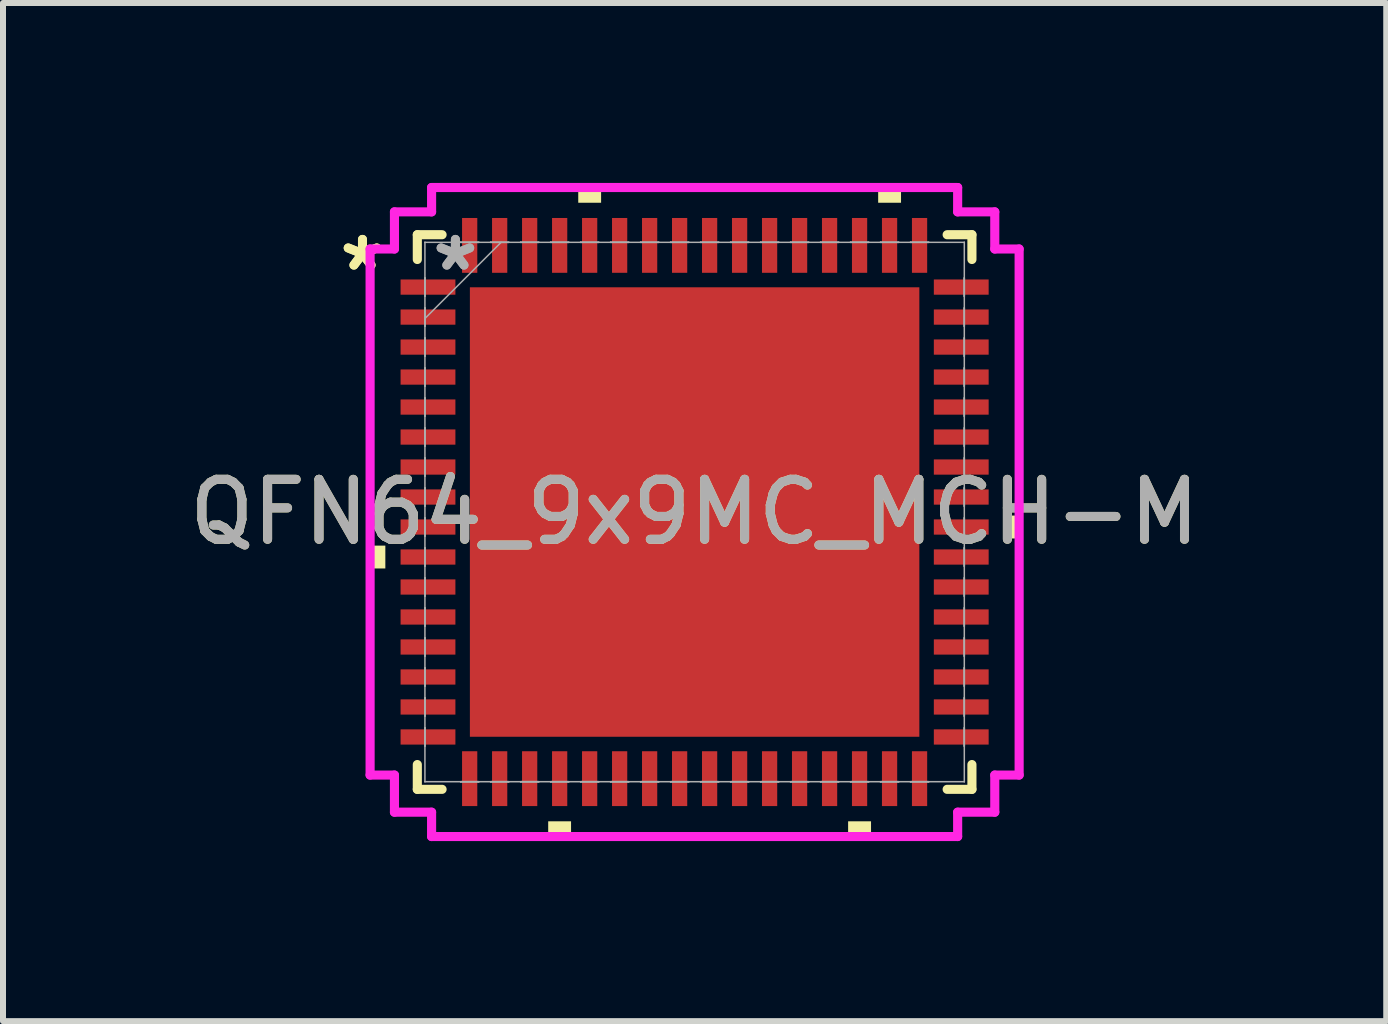
<source format=kicad_pcb>
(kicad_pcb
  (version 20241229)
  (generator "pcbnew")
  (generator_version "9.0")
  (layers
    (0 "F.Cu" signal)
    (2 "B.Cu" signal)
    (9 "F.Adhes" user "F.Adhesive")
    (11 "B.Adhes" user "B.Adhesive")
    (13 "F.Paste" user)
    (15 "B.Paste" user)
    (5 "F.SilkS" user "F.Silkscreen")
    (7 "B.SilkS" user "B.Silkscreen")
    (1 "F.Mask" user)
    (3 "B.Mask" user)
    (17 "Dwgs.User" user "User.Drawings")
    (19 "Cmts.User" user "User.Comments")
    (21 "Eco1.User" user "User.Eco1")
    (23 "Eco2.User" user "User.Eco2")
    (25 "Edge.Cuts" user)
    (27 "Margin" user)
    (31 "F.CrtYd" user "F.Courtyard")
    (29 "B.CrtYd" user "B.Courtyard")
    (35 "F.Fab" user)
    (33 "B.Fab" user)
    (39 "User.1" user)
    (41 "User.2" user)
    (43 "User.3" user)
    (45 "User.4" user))
  (footprint "QFN64_9x9MC_MCH-M"
    (layer "F.Cu")
    (at 8.53 5.486)
    (property "Reference" "QFN64_9x9MC_MCH-M" (at 0 0 0) (unlocked yes) (layer "F.SilkS") (effects (font (size 1 1) (thickness 0.15))))
    (attr smd)
    (fp_line (start -4.623 -4.623) (end -4.623 -4.21) (stroke (width 0.152) (type solid)) (layer "F.SilkS"))
    (fp_line (start -4.623 4.21) (end -4.623 4.623) (stroke (width 0.152) (type solid)) (layer "F.SilkS"))
    (fp_line (start -4.623 4.623) (end -4.21 4.623) (stroke (width 0.152) (type solid)) (layer "F.SilkS"))
    (fp_line (start -4.21 -4.623) (end -4.623 -4.623) (stroke (width 0.152) (type solid)) (layer "F.SilkS"))
    (fp_line (start 4.21 4.623) (end 4.623 4.623) (stroke (width 0.152) (type solid)) (layer "F.SilkS"))
    (fp_line (start 4.623 -4.623) (end 4.21 -4.623) (stroke (width 0.152) (type solid)) (layer "F.SilkS"))
    (fp_line (start 4.623 -4.21) (end 4.623 -4.623) (stroke (width 0.152) (type solid)) (layer "F.SilkS"))
    (fp_line (start 4.623 4.623) (end 4.623 4.21) (stroke (width 0.152) (type solid)) (layer "F.SilkS"))
    (fp_poly (pts (xy -5.41 0.56) (xy -5.41 0.941) (xy -5.156 0.941) (xy -5.156 0.56)) (stroke (width 0) (type solid)) (fill yes) (layer "F.SilkS"))
    (fp_poly (pts (xy -2.441 5.156) (xy -2.441 5.41) (xy -2.06 5.41) (xy -2.06 5.156)) (stroke (width 0) (type solid)) (fill yes) (layer "F.SilkS"))
    (fp_poly (pts (xy -1.94 -5.156) (xy -1.94 -5.41) (xy -1.559 -5.41) (xy -1.559 -5.156)) (stroke (width 0) (type solid)) (fill yes) (layer "F.SilkS"))
    (fp_poly (pts (xy 2.559 5.156) (xy 2.559 5.41) (xy 2.941 5.41) (xy 2.941 5.156)) (stroke (width 0) (type solid)) (fill yes) (layer "F.SilkS"))
    (fp_poly (pts (xy 3.06 -5.156) (xy 3.06 -5.41) (xy 3.441 -5.41) (xy 3.441 -5.156)) (stroke (width 0) (type solid)) (fill yes) (layer "F.SilkS"))
    (fp_poly (pts (xy 5.41 0.059) (xy 5.41 0.441) (xy 5.156 0.441) (xy 5.156 0.059)) (stroke (width 0) (type solid)) (fill yes) (layer "F.SilkS"))
    (fp_poly (pts (xy -3.647 -3.647) (xy -3.647 -2.348) (xy -2.348 -2.348) (xy -2.348 -3.647)) (stroke (width 0) (type solid)) (fill yes) (layer "F.Paste"))
    (fp_poly (pts (xy -3.647 -2.148) (xy -3.647 -0.849) (xy -2.348 -0.849) (xy -2.348 -2.148)) (stroke (width 0) (type solid)) (fill yes) (layer "F.Paste"))
    (fp_poly (pts (xy -3.647 -0.649) (xy -3.647 0.649) (xy -2.348 0.649) (xy -2.348 -0.649)) (stroke (width 0) (type solid)) (fill yes) (layer "F.Paste"))
    (fp_poly (pts (xy -3.647 0.849) (xy -3.647 2.148) (xy -2.348 2.148) (xy -2.348 0.849)) (stroke (width 0) (type solid)) (fill yes) (layer "F.Paste"))
    (fp_poly (pts (xy -3.647 2.348) (xy -3.647 3.647) (xy -2.348 3.647) (xy -2.348 2.348)) (stroke (width 0) (type solid)) (fill yes) (layer "F.Paste"))
    (fp_poly (pts (xy -2.148 -3.647) (xy -2.148 -2.348) (xy -0.849 -2.348) (xy -0.849 -3.647)) (stroke (width 0) (type solid)) (fill yes) (layer "F.Paste"))
    (fp_poly (pts (xy -2.148 -2.148) (xy -2.148 -0.849) (xy -0.849 -0.849) (xy -0.849 -2.148)) (stroke (width 0) (type solid)) (fill yes) (layer "F.Paste"))
    (fp_poly (pts (xy -2.148 -0.649) (xy -2.148 0.649) (xy -0.849 0.649) (xy -0.849 -0.649)) (stroke (width 0) (type solid)) (fill yes) (layer "F.Paste"))
    (fp_poly (pts (xy -2.148 0.849) (xy -2.148 2.148) (xy -0.849 2.148) (xy -0.849 0.849)) (stroke (width 0) (type solid)) (fill yes) (layer "F.Paste"))
    (fp_poly (pts (xy -2.148 2.348) (xy -2.148 3.647) (xy -0.849 3.647) (xy -0.849 2.348)) (stroke (width 0) (type solid)) (fill yes) (layer "F.Paste"))
    (fp_poly (pts (xy -0.649 -3.647) (xy -0.649 -2.348) (xy 0.649 -2.348) (xy 0.649 -3.647)) (stroke (width 0) (type solid)) (fill yes) (layer "F.Paste"))
    (fp_poly (pts (xy -0.649 -2.148) (xy -0.649 -0.849) (xy 0.649 -0.849) (xy 0.649 -2.148)) (stroke (width 0) (type solid)) (fill yes) (layer "F.Paste"))
    (fp_poly (pts (xy -0.649 -0.649) (xy -0.649 0.649) (xy 0.649 0.649) (xy 0.649 -0.649)) (stroke (width 0) (type solid)) (fill yes) (layer "F.Paste"))
    (fp_poly (pts (xy -0.649 0.849) (xy -0.649 2.148) (xy 0.649 2.148) (xy 0.649 0.849)) (stroke (width 0) (type solid)) (fill yes) (layer "F.Paste"))
    (fp_poly (pts (xy -0.649 2.348) (xy -0.649 3.647) (xy 0.649 3.647) (xy 0.649 2.348)) (stroke (width 0) (type solid)) (fill yes) (layer "F.Paste"))
    (fp_poly (pts (xy 0.849 -3.647) (xy 0.849 -2.348) (xy 2.148 -2.348) (xy 2.148 -3.647)) (stroke (width 0) (type solid)) (fill yes) (layer "F.Paste"))
    (fp_poly (pts (xy 0.849 -2.148) (xy 0.849 -0.849) (xy 2.148 -0.849) (xy 2.148 -2.148)) (stroke (width 0) (type solid)) (fill yes) (layer "F.Paste"))
    (fp_poly (pts (xy 0.849 -0.649) (xy 0.849 0.649) (xy 2.148 0.649) (xy 2.148 -0.649)) (stroke (width 0) (type solid)) (fill yes) (layer "F.Paste"))
    (fp_poly (pts (xy 0.849 0.849) (xy 0.849 2.148) (xy 2.148 2.148) (xy 2.148 0.849)) (stroke (width 0) (type solid)) (fill yes) (layer "F.Paste"))
    (fp_poly (pts (xy 0.849 2.348) (xy 0.849 3.647) (xy 2.148 3.647) (xy 2.148 2.348)) (stroke (width 0) (type solid)) (fill yes) (layer "F.Paste"))
    (fp_poly (pts (xy 2.348 -3.647) (xy 2.348 -2.348) (xy 3.647 -2.348) (xy 3.647 -3.647)) (stroke (width 0) (type solid)) (fill yes) (layer "F.Paste"))
    (fp_poly (pts (xy 2.348 -2.148) (xy 2.348 -0.849) (xy 3.647 -0.849) (xy 3.647 -2.148)) (stroke (width 0) (type solid)) (fill yes) (layer "F.Paste"))
    (fp_poly (pts (xy 2.348 -0.649) (xy 2.348 0.649) (xy 3.647 0.649) (xy 3.647 -0.649)) (stroke (width 0) (type solid)) (fill yes) (layer "F.Paste"))
    (fp_poly (pts (xy 2.348 0.849) (xy 2.348 2.148) (xy 3.647 2.148) (xy 3.647 0.849)) (stroke (width 0) (type solid)) (fill yes) (layer "F.Paste"))
    (fp_poly (pts (xy 2.348 2.348) (xy 2.348 3.647) (xy 3.647 3.647) (xy 3.647 2.348)) (stroke (width 0) (type solid)) (fill yes) (layer "F.Paste"))
    (fp_line (start -5.41 -4.385) (end -5.004 -4.385) (stroke (width 0.152) (type solid)) (layer "F.CrtYd"))
    (fp_line (start -5.41 4.385) (end -5.41 -4.385) (stroke (width 0.152) (type solid)) (layer "F.CrtYd"))
    (fp_line (start -5.004 -5.004) (end -4.385 -5.004) (stroke (width 0.152) (type solid)) (layer "F.CrtYd"))
    (fp_line (start -5.004 -4.385) (end -5.004 -5.004) (stroke (width 0.152) (type solid)) (layer "F.CrtYd"))
    (fp_line (start -5.004 4.385) (end -5.41 4.385) (stroke (width 0.152) (type solid)) (layer "F.CrtYd"))
    (fp_line (start -5.004 5.004) (end -5.004 4.385) (stroke (width 0.152) (type solid)) (layer "F.CrtYd"))
    (fp_line (start -4.385 -5.41) (end 4.385 -5.41) (stroke (width 0.152) (type solid)) (layer "F.CrtYd"))
    (fp_line (start -4.385 -5.004) (end -4.385 -5.41) (stroke (width 0.152) (type solid)) (layer "F.CrtYd"))
    (fp_line (start -4.385 5.004) (end -5.004 5.004) (stroke (width 0.152) (type solid)) (layer "F.CrtYd"))
    (fp_line (start -4.385 5.41) (end -4.385 5.004) (stroke (width 0.152) (type solid)) (layer "F.CrtYd"))
    (fp_line (start 4.385 -5.41) (end 4.385 -5.004) (stroke (width 0.152) (type solid)) (layer "F.CrtYd"))
    (fp_line (start 4.385 -5.004) (end 5.004 -5.004) (stroke (width 0.152) (type solid)) (layer "F.CrtYd"))
    (fp_line (start 4.385 5.004) (end 4.385 5.41) (stroke (width 0.152) (type solid)) (layer "F.CrtYd"))
    (fp_line (start 4.385 5.41) (end -4.385 5.41) (stroke (width 0.152) (type solid)) (layer "F.CrtYd"))
    (fp_line (start 5.004 -5.004) (end 5.004 -4.385) (stroke (width 0.152) (type solid)) (layer "F.CrtYd"))
    (fp_line (start 5.004 -4.385) (end 5.41 -4.385) (stroke (width 0.152) (type solid)) (layer "F.CrtYd"))
    (fp_line (start 5.004 4.385) (end 5.004 5.004) (stroke (width 0.152) (type solid)) (layer "F.CrtYd"))
    (fp_line (start 5.004 5.004) (end 4.385 5.004) (stroke (width 0.152) (type solid)) (layer "F.CrtYd"))
    (fp_line (start 5.41 -4.385) (end 5.41 4.385) (stroke (width 0.152) (type solid)) (layer "F.CrtYd"))
    (fp_line (start 5.41 4.385) (end 5.004 4.385) (stroke (width 0.152) (type solid)) (layer "F.CrtYd"))
    (fp_line (start -4.496 -4.496) (end -4.496 -4.496) (stroke (width 0.025) (type solid)) (layer "F.Fab"))
    (fp_line (start -4.496 -4.496) (end -4.496 4.496) (stroke (width 0.025) (type solid)) (layer "F.Fab"))
    (fp_line (start -4.496 -3.902) (end -4.496 -3.902) (stroke (width 0.025) (type solid)) (layer "F.Fab"))
    (fp_line (start -4.496 -3.902) (end -4.496 -3.598) (stroke (width 0.025) (type solid)) (layer "F.Fab"))
    (fp_line (start -4.496 -3.598) (end -4.496 -3.902) (stroke (width 0.025) (type solid)) (layer "F.Fab"))
    (fp_line (start -4.496 -3.598) (end -4.496 -3.598) (stroke (width 0.025) (type solid)) (layer "F.Fab"))
    (fp_line (start -4.496 -3.402) (end -4.496 -3.402) (stroke (width 0.025) (type solid)) (layer "F.Fab"))
    (fp_line (start -4.496 -3.402) (end -4.496 -3.098) (stroke (width 0.025) (type solid)) (layer "F.Fab"))
    (fp_line (start -4.496 -3.226) (end -3.226 -4.496) (stroke (width 0.025) (type solid)) (layer "F.Fab"))
    (fp_line (start -4.496 -3.098) (end -4.496 -3.402) (stroke (width 0.025) (type solid)) (layer "F.Fab"))
    (fp_line (start -4.496 -3.098) (end -4.496 -3.098) (stroke (width 0.025) (type solid)) (layer "F.Fab"))
    (fp_line (start -4.496 -2.902) (end -4.496 -2.902) (stroke (width 0.025) (type solid)) (layer "F.Fab"))
    (fp_line (start -4.496 -2.902) (end -4.496 -2.598) (stroke (width 0.025) (type solid)) (layer "F.Fab"))
    (fp_line (start -4.496 -2.598) (end -4.496 -2.902) (stroke (width 0.025) (type solid)) (layer "F.Fab"))
    (fp_line (start -4.496 -2.598) (end -4.496 -2.598) (stroke (width 0.025) (type solid)) (layer "F.Fab"))
    (fp_line (start -4.496 -2.402) (end -4.496 -2.402) (stroke (width 0.025) (type solid)) (layer "F.Fab"))
    (fp_line (start -4.496 -2.402) (end -4.496 -2.098) (stroke (width 0.025) (type solid)) (layer "F.Fab"))
    (fp_line (start -4.496 -2.098) (end -4.496 -2.402) (stroke (width 0.025) (type solid)) (layer "F.Fab"))
    (fp_line (start -4.496 -2.098) (end -4.496 -2.098) (stroke (width 0.025) (type solid)) (layer "F.Fab"))
    (fp_line (start -4.496 -1.902) (end -4.496 -1.902) (stroke (width 0.025) (type solid)) (layer "F.Fab"))
    (fp_line (start -4.496 -1.902) (end -4.496 -1.598) (stroke (width 0.025) (type solid)) (layer "F.Fab"))
    (fp_line (start -4.496 -1.598) (end -4.496 -1.902) (stroke (width 0.025) (type solid)) (layer "F.Fab"))
    (fp_line (start -4.496 -1.598) (end -4.496 -1.598) (stroke (width 0.025) (type solid)) (layer "F.Fab"))
    (fp_line (start -4.496 -1.402) (end -4.496 -1.402) (stroke (width 0.025) (type solid)) (layer "F.Fab"))
    (fp_line (start -4.496 -1.402) (end -4.496 -1.098) (stroke (width 0.025) (type solid)) (layer "F.Fab"))
    (fp_line (start -4.496 -1.098) (end -4.496 -1.402) (stroke (width 0.025) (type solid)) (layer "F.Fab"))
    (fp_line (start -4.496 -1.098) (end -4.496 -1.098) (stroke (width 0.025) (type solid)) (layer "F.Fab"))
    (fp_line (start -4.496 -0.902) (end -4.496 -0.902) (stroke (width 0.025) (type solid)) (layer "F.Fab"))
    (fp_line (start -4.496 -0.902) (end -4.496 -0.598) (stroke (width 0.025) (type solid)) (layer "F.Fab"))
    (fp_line (start -4.496 -0.598) (end -4.496 -0.902) (stroke (width 0.025) (type solid)) (layer "F.Fab"))
    (fp_line (start -4.496 -0.598) (end -4.496 -0.598) (stroke (width 0.025) (type solid)) (layer "F.Fab"))
    (fp_line (start -4.496 -0.402) (end -4.496 -0.402) (stroke (width 0.025) (type solid)) (layer "F.Fab"))
    (fp_line (start -4.496 -0.402) (end -4.496 -0.098) (stroke (width 0.025) (type solid)) (layer "F.Fab"))
    (fp_line (start -4.496 -0.098) (end -4.496 -0.402) (stroke (width 0.025) (type solid)) (layer "F.Fab"))
    (fp_line (start -4.496 -0.098) (end -4.496 -0.098) (stroke (width 0.025) (type solid)) (layer "F.Fab"))
    (fp_line (start -4.496 0.098) (end -4.496 0.098) (stroke (width 0.025) (type solid)) (layer "F.Fab"))
    (fp_line (start -4.496 0.098) (end -4.496 0.402) (stroke (width 0.025) (type solid)) (layer "F.Fab"))
    (fp_line (start -4.496 0.402) (end -4.496 0.098) (stroke (width 0.025) (type solid)) (layer "F.Fab"))
    (fp_line (start -4.496 0.402) (end -4.496 0.402) (stroke (width 0.025) (type solid)) (layer "F.Fab"))
    (fp_line (start -4.496 0.598) (end -4.496 0.598) (stroke (width 0.025) (type solid)) (layer "F.Fab"))
    (fp_line (start -4.496 0.598) (end -4.496 0.902) (stroke (width 0.025) (type solid)) (layer "F.Fab"))
    (fp_line (start -4.496 0.902) (end -4.496 0.598) (stroke (width 0.025) (type solid)) (layer "F.Fab"))
    (fp_line (start -4.496 0.902) (end -4.496 0.902) (stroke (width 0.025) (type solid)) (layer "F.Fab"))
    (fp_line (start -4.496 1.098) (end -4.496 1.098) (stroke (width 0.025) (type solid)) (layer "F.Fab"))
    (fp_line (start -4.496 1.098) (end -4.496 1.402) (stroke (width 0.025) (type solid)) (layer "F.Fab"))
    (fp_line (start -4.496 1.402) (end -4.496 1.098) (stroke (width 0.025) (type solid)) (layer "F.Fab"))
    (fp_line (start -4.496 1.402) (end -4.496 1.402) (stroke (width 0.025) (type solid)) (layer "F.Fab"))
    (fp_line (start -4.496 1.598) (end -4.496 1.598) (stroke (width 0.025) (type solid)) (layer "F.Fab"))
    (fp_line (start -4.496 1.598) (end -4.496 1.902) (stroke (width 0.025) (type solid)) (layer "F.Fab"))
    (fp_line (start -4.496 1.902) (end -4.496 1.598) (stroke (width 0.025) (type solid)) (layer "F.Fab"))
    (fp_line (start -4.496 1.902) (end -4.496 1.902) (stroke (width 0.025) (type solid)) (layer "F.Fab"))
    (fp_line (start -4.496 2.098) (end -4.496 2.098) (stroke (width 0.025) (type solid)) (layer "F.Fab"))
    (fp_line (start -4.496 2.098) (end -4.496 2.402) (stroke (width 0.025) (type solid)) (layer "F.Fab"))
    (fp_line (start -4.496 2.402) (end -4.496 2.098) (stroke (width 0.025) (type solid)) (layer "F.Fab"))
    (fp_line (start -4.496 2.402) (end -4.496 2.402) (stroke (width 0.025) (type solid)) (layer "F.Fab"))
    (fp_line (start -4.496 2.598) (end -4.496 2.598) (stroke (width 0.025) (type solid)) (layer "F.Fab"))
    (fp_line (start -4.496 2.598) (end -4.496 2.902) (stroke (width 0.025) (type solid)) (layer "F.Fab"))
    (fp_line (start -4.496 2.902) (end -4.496 2.598) (stroke (width 0.025) (type solid)) (layer "F.Fab"))
    (fp_line (start -4.496 2.902) (end -4.496 2.902) (stroke (width 0.025) (type solid)) (layer "F.Fab"))
    (fp_line (start -4.496 3.098) (end -4.496 3.098) (stroke (width 0.025) (type solid)) (layer "F.Fab"))
    (fp_line (start -4.496 3.098) (end -4.496 3.402) (stroke (width 0.025) (type solid)) (layer "F.Fab"))
    (fp_line (start -4.496 3.402) (end -4.496 3.098) (stroke (width 0.025) (type solid)) (layer "F.Fab"))
    (fp_line (start -4.496 3.402) (end -4.496 3.402) (stroke (width 0.025) (type solid)) (layer "F.Fab"))
    (fp_line (start -4.496 3.598) (end -4.496 3.598) (stroke (width 0.025) (type solid)) (layer "F.Fab"))
    (fp_line (start -4.496 3.598) (end -4.496 3.902) (stroke (width 0.025) (type solid)) (layer "F.Fab"))
    (fp_line (start -4.496 3.902) (end -4.496 3.598) (stroke (width 0.025) (type solid)) (layer "F.Fab"))
    (fp_line (start -4.496 3.902) (end -4.496 3.902) (stroke (width 0.025) (type solid)) (layer "F.Fab"))
    (fp_line (start -4.496 4.496) (end -4.496 4.496) (stroke (width 0.025) (type solid)) (layer "F.Fab"))
    (fp_line (start -4.496 4.496) (end 4.496 4.496) (stroke (width 0.025) (type solid)) (layer "F.Fab"))
    (fp_line (start -3.902 -4.496) (end -3.902 -4.496) (stroke (width 0.025) (type solid)) (layer "F.Fab"))
    (fp_line (start -3.902 -4.496) (end -3.598 -4.496) (stroke (width 0.025) (type solid)) (layer "F.Fab"))
    (fp_line (start -3.902 4.496) (end -3.902 4.496) (stroke (width 0.025) (type solid)) (layer "F.Fab"))
    (fp_line (start -3.902 4.496) (end -3.598 4.496) (stroke (width 0.025) (type solid)) (layer "F.Fab"))
    (fp_line (start -3.598 -4.496) (end -3.902 -4.496) (stroke (width 0.025) (type solid)) (layer "F.Fab"))
    (fp_line (start -3.598 -4.496) (end -3.598 -4.496) (stroke (width 0.025) (type solid)) (layer "F.Fab"))
    (fp_line (start -3.598 4.496) (end -3.902 4.496) (stroke (width 0.025) (type solid)) (layer "F.Fab"))
    (fp_line (start -3.598 4.496) (end -3.598 4.496) (stroke (width 0.025) (type solid)) (layer "F.Fab"))
    (fp_line (start -3.402 -4.496) (end -3.402 -4.496) (stroke (width 0.025) (type solid)) (layer "F.Fab"))
    (fp_line (start -3.402 -4.496) (end -3.098 -4.496) (stroke (width 0.025) (type solid)) (layer "F.Fab"))
    (fp_line (start -3.402 4.496) (end -3.402 4.496) (stroke (width 0.025) (type solid)) (layer "F.Fab"))
    (fp_line (start -3.402 4.496) (end -3.098 4.496) (stroke (width 0.025) (type solid)) (layer "F.Fab"))
    (fp_line (start -3.098 -4.496) (end -3.402 -4.496) (stroke (width 0.025) (type solid)) (layer "F.Fab"))
    (fp_line (start -3.098 -4.496) (end -3.098 -4.496) (stroke (width 0.025) (type solid)) (layer "F.Fab"))
    (fp_line (start -3.098 4.496) (end -3.402 4.496) (stroke (width 0.025) (type solid)) (layer "F.Fab"))
    (fp_line (start -3.098 4.496) (end -3.098 4.496) (stroke (width 0.025) (type solid)) (layer "F.Fab"))
    (fp_line (start -2.902 -4.496) (end -2.902 -4.496) (stroke (width 0.025) (type solid)) (layer "F.Fab"))
    (fp_line (start -2.902 -4.496) (end -2.598 -4.496) (stroke (width 0.025) (type solid)) (layer "F.Fab"))
    (fp_line (start -2.902 4.496) (end -2.902 4.496) (stroke (width 0.025) (type solid)) (layer "F.Fab"))
    (fp_line (start -2.902 4.496) (end -2.598 4.496) (stroke (width 0.025) (type solid)) (layer "F.Fab"))
    (fp_line (start -2.598 -4.496) (end -2.902 -4.496) (stroke (width 0.025) (type solid)) (layer "F.Fab"))
    (fp_line (start -2.598 -4.496) (end -2.598 -4.496) (stroke (width 0.025) (type solid)) (layer "F.Fab"))
    (fp_line (start -2.598 4.496) (end -2.902 4.496) (stroke (width 0.025) (type solid)) (layer "F.Fab"))
    (fp_line (start -2.598 4.496) (end -2.598 4.496) (stroke (width 0.025) (type solid)) (layer "F.Fab"))
    (fp_line (start -2.402 -4.496) (end -2.402 -4.496) (stroke (width 0.025) (type solid)) (layer "F.Fab"))
    (fp_line (start -2.402 -4.496) (end -2.098 -4.496) (stroke (width 0.025) (type solid)) (layer "F.Fab"))
    (fp_line (start -2.402 4.496) (end -2.402 4.496) (stroke (width 0.025) (type solid)) (layer "F.Fab"))
    (fp_line (start -2.402 4.496) (end -2.098 4.496) (stroke (width 0.025) (type solid)) (layer "F.Fab"))
    (fp_line (start -2.098 -4.496) (end -2.402 -4.496) (stroke (width 0.025) (type solid)) (layer "F.Fab"))
    (fp_line (start -2.098 -4.496) (end -2.098 -4.496) (stroke (width 0.025) (type solid)) (layer "F.Fab"))
    (fp_line (start -2.098 4.496) (end -2.402 4.496) (stroke (width 0.025) (type solid)) (layer "F.Fab"))
    (fp_line (start -2.098 4.496) (end -2.098 4.496) (stroke (width 0.025) (type solid)) (layer "F.Fab"))
    (fp_line (start -1.902 -4.496) (end -1.902 -4.496) (stroke (width 0.025) (type solid)) (layer "F.Fab"))
    (fp_line (start -1.902 -4.496) (end -1.598 -4.496) (stroke (width 0.025) (type solid)) (layer "F.Fab"))
    (fp_line (start -1.902 4.496) (end -1.902 4.496) (stroke (width 0.025) (type solid)) (layer "F.Fab"))
    (fp_line (start -1.902 4.496) (end -1.598 4.496) (stroke (width 0.025) (type solid)) (layer "F.Fab"))
    (fp_line (start -1.598 -4.496) (end -1.902 -4.496) (stroke (width 0.025) (type solid)) (layer "F.Fab"))
    (fp_line (start -1.598 -4.496) (end -1.598 -4.496) (stroke (width 0.025) (type solid)) (layer "F.Fab"))
    (fp_line (start -1.598 4.496) (end -1.902 4.496) (stroke (width 0.025) (type solid)) (layer "F.Fab"))
    (fp_line (start -1.598 4.496) (end -1.598 4.496) (stroke (width 0.025) (type solid)) (layer "F.Fab"))
    (fp_line (start -1.402 -4.496) (end -1.402 -4.496) (stroke (width 0.025) (type solid)) (layer "F.Fab"))
    (fp_line (start -1.402 -4.496) (end -1.098 -4.496) (stroke (width 0.025) (type solid)) (layer "F.Fab"))
    (fp_line (start -1.402 4.496) (end -1.402 4.496) (stroke (width 0.025) (type solid)) (layer "F.Fab"))
    (fp_line (start -1.402 4.496) (end -1.098 4.496) (stroke (width 0.025) (type solid)) (layer "F.Fab"))
    (fp_line (start -1.098 -4.496) (end -1.402 -4.496) (stroke (width 0.025) (type solid)) (layer "F.Fab"))
    (fp_line (start -1.098 -4.496) (end -1.098 -4.496) (stroke (width 0.025) (type solid)) (layer "F.Fab"))
    (fp_line (start -1.098 4.496) (end -1.402 4.496) (stroke (width 0.025) (type solid)) (layer "F.Fab"))
    (fp_line (start -1.098 4.496) (end -1.098 4.496) (stroke (width 0.025) (type solid)) (layer "F.Fab"))
    (fp_line (start -0.902 -4.496) (end -0.902 -4.496) (stroke (width 0.025) (type solid)) (layer "F.Fab"))
    (fp_line (start -0.902 -4.496) (end -0.598 -4.496) (stroke (width 0.025) (type solid)) (layer "F.Fab"))
    (fp_line (start -0.902 4.496) (end -0.902 4.496) (stroke (width 0.025) (type solid)) (layer "F.Fab"))
    (fp_line (start -0.902 4.496) (end -0.598 4.496) (stroke (width 0.025) (type solid)) (layer "F.Fab"))
    (fp_line (start -0.598 -4.496) (end -0.902 -4.496) (stroke (width 0.025) (type solid)) (layer "F.Fab"))
    (fp_line (start -0.598 -4.496) (end -0.598 -4.496) (stroke (width 0.025) (type solid)) (layer "F.Fab"))
    (fp_line (start -0.598 4.496) (end -0.902 4.496) (stroke (width 0.025) (type solid)) (layer "F.Fab"))
    (fp_line (start -0.598 4.496) (end -0.598 4.496) (stroke (width 0.025) (type solid)) (layer "F.Fab"))
    (fp_line (start -0.402 -4.496) (end -0.402 -4.496) (stroke (width 0.025) (type solid)) (layer "F.Fab"))
    (fp_line (start -0.402 -4.496) (end -0.098 -4.496) (stroke (width 0.025) (type solid)) (layer "F.Fab"))
    (fp_line (start -0.402 4.496) (end -0.402 4.496) (stroke (width 0.025) (type solid)) (layer "F.Fab"))
    (fp_line (start -0.402 4.496) (end -0.098 4.496) (stroke (width 0.025) (type solid)) (layer "F.Fab"))
    (fp_line (start -0.098 -4.496) (end -0.402 -4.496) (stroke (width 0.025) (type solid)) (layer "F.Fab"))
    (fp_line (start -0.098 -4.496) (end -0.098 -4.496) (stroke (width 0.025) (type solid)) (layer "F.Fab"))
    (fp_line (start -0.098 4.496) (end -0.402 4.496) (stroke (width 0.025) (type solid)) (layer "F.Fab"))
    (fp_line (start -0.098 4.496) (end -0.098 4.496) (stroke (width 0.025) (type solid)) (layer "F.Fab"))
    (fp_line (start 0.098 -4.496) (end 0.098 -4.496) (stroke (width 0.025) (type solid)) (layer "F.Fab"))
    (fp_line (start 0.098 -4.496) (end 0.402 -4.496) (stroke (width 0.025) (type solid)) (layer "F.Fab"))
    (fp_line (start 0.098 4.496) (end 0.098 4.496) (stroke (width 0.025) (type solid)) (layer "F.Fab"))
    (fp_line (start 0.098 4.496) (end 0.402 4.496) (stroke (width 0.025) (type solid)) (layer "F.Fab"))
    (fp_line (start 0.402 -4.496) (end 0.098 -4.496) (stroke (width 0.025) (type solid)) (layer "F.Fab"))
    (fp_line (start 0.402 -4.496) (end 0.402 -4.496) (stroke (width 0.025) (type solid)) (layer "F.Fab"))
    (fp_line (start 0.402 4.496) (end 0.098 4.496) (stroke (width 0.025) (type solid)) (layer "F.Fab"))
    (fp_line (start 0.402 4.496) (end 0.402 4.496) (stroke (width 0.025) (type solid)) (layer "F.Fab"))
    (fp_line (start 0.598 -4.496) (end 0.598 -4.496) (stroke (width 0.025) (type solid)) (layer "F.Fab"))
    (fp_line (start 0.598 -4.496) (end 0.902 -4.496) (stroke (width 0.025) (type solid)) (layer "F.Fab"))
    (fp_line (start 0.598 4.496) (end 0.598 4.496) (stroke (width 0.025) (type solid)) (layer "F.Fab"))
    (fp_line (start 0.598 4.496) (end 0.902 4.496) (stroke (width 0.025) (type solid)) (layer "F.Fab"))
    (fp_line (start 0.902 -4.496) (end 0.598 -4.496) (stroke (width 0.025) (type solid)) (layer "F.Fab"))
    (fp_line (start 0.902 -4.496) (end 0.902 -4.496) (stroke (width 0.025) (type solid)) (layer "F.Fab"))
    (fp_line (start 0.902 4.496) (end 0.598 4.496) (stroke (width 0.025) (type solid)) (layer "F.Fab"))
    (fp_line (start 0.902 4.496) (end 0.902 4.496) (stroke (width 0.025) (type solid)) (layer "F.Fab"))
    (fp_line (start 1.098 -4.496) (end 1.098 -4.496) (stroke (width 0.025) (type solid)) (layer "F.Fab"))
    (fp_line (start 1.098 -4.496) (end 1.402 -4.496) (stroke (width 0.025) (type solid)) (layer "F.Fab"))
    (fp_line (start 1.098 4.496) (end 1.098 4.496) (stroke (width 0.025) (type solid)) (layer "F.Fab"))
    (fp_line (start 1.098 4.496) (end 1.402 4.496) (stroke (width 0.025) (type solid)) (layer "F.Fab"))
    (fp_line (start 1.402 -4.496) (end 1.098 -4.496) (stroke (width 0.025) (type solid)) (layer "F.Fab"))
    (fp_line (start 1.402 -4.496) (end 1.402 -4.496) (stroke (width 0.025) (type solid)) (layer "F.Fab"))
    (fp_line (start 1.402 4.496) (end 1.098 4.496) (stroke (width 0.025) (type solid)) (layer "F.Fab"))
    (fp_line (start 1.402 4.496) (end 1.402 4.496) (stroke (width 0.025) (type solid)) (layer "F.Fab"))
    (fp_line (start 1.598 -4.496) (end 1.598 -4.496) (stroke (width 0.025) (type solid)) (layer "F.Fab"))
    (fp_line (start 1.598 -4.496) (end 1.902 -4.496) (stroke (width 0.025) (type solid)) (layer "F.Fab"))
    (fp_line (start 1.598 4.496) (end 1.598 4.496) (stroke (width 0.025) (type solid)) (layer "F.Fab"))
    (fp_line (start 1.598 4.496) (end 1.902 4.496) (stroke (width 0.025) (type solid)) (layer "F.Fab"))
    (fp_line (start 1.902 -4.496) (end 1.598 -4.496) (stroke (width 0.025) (type solid)) (layer "F.Fab"))
    (fp_line (start 1.902 -4.496) (end 1.902 -4.496) (stroke (width 0.025) (type solid)) (layer "F.Fab"))
    (fp_line (start 1.902 4.496) (end 1.598 4.496) (stroke (width 0.025) (type solid)) (layer "F.Fab"))
    (fp_line (start 1.902 4.496) (end 1.902 4.496) (stroke (width 0.025) (type solid)) (layer "F.Fab"))
    (fp_line (start 2.098 -4.496) (end 2.098 -4.496) (stroke (width 0.025) (type solid)) (layer "F.Fab"))
    (fp_line (start 2.098 -4.496) (end 2.402 -4.496) (stroke (width 0.025) (type solid)) (layer "F.Fab"))
    (fp_line (start 2.098 4.496) (end 2.098 4.496) (stroke (width 0.025) (type solid)) (layer "F.Fab"))
    (fp_line (start 2.098 4.496) (end 2.402 4.496) (stroke (width 0.025) (type solid)) (layer "F.Fab"))
    (fp_line (start 2.402 -4.496) (end 2.098 -4.496) (stroke (width 0.025) (type solid)) (layer "F.Fab"))
    (fp_line (start 2.402 -4.496) (end 2.402 -4.496) (stroke (width 0.025) (type solid)) (layer "F.Fab"))
    (fp_line (start 2.402 4.496) (end 2.098 4.496) (stroke (width 0.025) (type solid)) (layer "F.Fab"))
    (fp_line (start 2.402 4.496) (end 2.402 4.496) (stroke (width 0.025) (type solid)) (layer "F.Fab"))
    (fp_line (start 2.598 -4.496) (end 2.598 -4.496) (stroke (width 0.025) (type solid)) (layer "F.Fab"))
    (fp_line (start 2.598 -4.496) (end 2.902 -4.496) (stroke (width 0.025) (type solid)) (layer "F.Fab"))
    (fp_line (start 2.598 4.496) (end 2.598 4.496) (stroke (width 0.025) (type solid)) (layer "F.Fab"))
    (fp_line (start 2.598 4.496) (end 2.902 4.496) (stroke (width 0.025) (type solid)) (layer "F.Fab"))
    (fp_line (start 2.902 -4.496) (end 2.598 -4.496) (stroke (width 0.025) (type solid)) (layer "F.Fab"))
    (fp_line (start 2.902 -4.496) (end 2.902 -4.496) (stroke (width 0.025) (type solid)) (layer "F.Fab"))
    (fp_line (start 2.902 4.496) (end 2.598 4.496) (stroke (width 0.025) (type solid)) (layer "F.Fab"))
    (fp_line (start 2.902 4.496) (end 2.902 4.496) (stroke (width 0.025) (type solid)) (layer "F.Fab"))
    (fp_line (start 3.098 -4.496) (end 3.098 -4.496) (stroke (width 0.025) (type solid)) (layer "F.Fab"))
    (fp_line (start 3.098 -4.496) (end 3.402 -4.496) (stroke (width 0.025) (type solid)) (layer "F.Fab"))
    (fp_line (start 3.098 4.496) (end 3.098 4.496) (stroke (width 0.025) (type solid)) (layer "F.Fab"))
    (fp_line (start 3.098 4.496) (end 3.402 4.496) (stroke (width 0.025) (type solid)) (layer "F.Fab"))
    (fp_line (start 3.402 -4.496) (end 3.098 -4.496) (stroke (width 0.025) (type solid)) (layer "F.Fab"))
    (fp_line (start 3.402 -4.496) (end 3.402 -4.496) (stroke (width 0.025) (type solid)) (layer "F.Fab"))
    (fp_line (start 3.402 4.496) (end 3.098 4.496) (stroke (width 0.025) (type solid)) (layer "F.Fab"))
    (fp_line (start 3.402 4.496) (end 3.402 4.496) (stroke (width 0.025) (type solid)) (layer "F.Fab"))
    (fp_line (start 3.598 -4.496) (end 3.598 -4.496) (stroke (width 0.025) (type solid)) (layer "F.Fab"))
    (fp_line (start 3.598 -4.496) (end 3.902 -4.496) (stroke (width 0.025) (type solid)) (layer "F.Fab"))
    (fp_line (start 3.598 4.496) (end 3.598 4.496) (stroke (width 0.025) (type solid)) (layer "F.Fab"))
    (fp_line (start 3.598 4.496) (end 3.902 4.496) (stroke (width 0.025) (type solid)) (layer "F.Fab"))
    (fp_line (start 3.902 -4.496) (end 3.598 -4.496) (stroke (width 0.025) (type solid)) (layer "F.Fab"))
    (fp_line (start 3.902 -4.496) (end 3.902 -4.496) (stroke (width 0.025) (type solid)) (layer "F.Fab"))
    (fp_line (start 3.902 4.496) (end 3.598 4.496) (stroke (width 0.025) (type solid)) (layer "F.Fab"))
    (fp_line (start 3.902 4.496) (end 3.902 4.496) (stroke (width 0.025) (type solid)) (layer "F.Fab"))
    (fp_line (start 4.496 -4.496) (end -4.496 -4.496) (stroke (width 0.025) (type solid)) (layer "F.Fab"))
    (fp_line (start 4.496 -4.496) (end 4.496 -4.496) (stroke (width 0.025) (type solid)) (layer "F.Fab"))
    (fp_line (start 4.496 -3.902) (end 4.496 -3.902) (stroke (width 0.025) (type solid)) (layer "F.Fab"))
    (fp_line (start 4.496 -3.902) (end 4.496 -3.598) (stroke (width 0.025) (type solid)) (layer "F.Fab"))
    (fp_line (start 4.496 -3.598) (end 4.496 -3.902) (stroke (width 0.025) (type solid)) (layer "F.Fab"))
    (fp_line (start 4.496 -3.598) (end 4.496 -3.598) (stroke (width 0.025) (type solid)) (layer "F.Fab"))
    (fp_line (start 4.496 -3.402) (end 4.496 -3.402) (stroke (width 0.025) (type solid)) (layer "F.Fab"))
    (fp_line (start 4.496 -3.402) (end 4.496 -3.098) (stroke (width 0.025) (type solid)) (layer "F.Fab"))
    (fp_line (start 4.496 -3.098) (end 4.496 -3.402) (stroke (width 0.025) (type solid)) (layer "F.Fab"))
    (fp_line (start 4.496 -3.098) (end 4.496 -3.098) (stroke (width 0.025) (type solid)) (layer "F.Fab"))
    (fp_line (start 4.496 -2.902) (end 4.496 -2.902) (stroke (width 0.025) (type solid)) (layer "F.Fab"))
    (fp_line (start 4.496 -2.902) (end 4.496 -2.598) (stroke (width 0.025) (type solid)) (layer "F.Fab"))
    (fp_line (start 4.496 -2.598) (end 4.496 -2.902) (stroke (width 0.025) (type solid)) (layer "F.Fab"))
    (fp_line (start 4.496 -2.598) (end 4.496 -2.598) (stroke (width 0.025) (type solid)) (layer "F.Fab"))
    (fp_line (start 4.496 -2.402) (end 4.496 -2.402) (stroke (width 0.025) (type solid)) (layer "F.Fab"))
    (fp_line (start 4.496 -2.402) (end 4.496 -2.098) (stroke (width 0.025) (type solid)) (layer "F.Fab"))
    (fp_line (start 4.496 -2.098) (end 4.496 -2.402) (stroke (width 0.025) (type solid)) (layer "F.Fab"))
    (fp_line (start 4.496 -2.098) (end 4.496 -2.098) (stroke (width 0.025) (type solid)) (layer "F.Fab"))
    (fp_line (start 4.496 -1.902) (end 4.496 -1.902) (stroke (width 0.025) (type solid)) (layer "F.Fab"))
    (fp_line (start 4.496 -1.902) (end 4.496 -1.598) (stroke (width 0.025) (type solid)) (layer "F.Fab"))
    (fp_line (start 4.496 -1.598) (end 4.496 -1.902) (stroke (width 0.025) (type solid)) (layer "F.Fab"))
    (fp_line (start 4.496 -1.598) (end 4.496 -1.598) (stroke (width 0.025) (type solid)) (layer "F.Fab"))
    (fp_line (start 4.496 -1.402) (end 4.496 -1.402) (stroke (width 0.025) (type solid)) (layer "F.Fab"))
    (fp_line (start 4.496 -1.402) (end 4.496 -1.098) (stroke (width 0.025) (type solid)) (layer "F.Fab"))
    (fp_line (start 4.496 -1.098) (end 4.496 -1.402) (stroke (width 0.025) (type solid)) (layer "F.Fab"))
    (fp_line (start 4.496 -1.098) (end 4.496 -1.098) (stroke (width 0.025) (type solid)) (layer "F.Fab"))
    (fp_line (start 4.496 -0.902) (end 4.496 -0.902) (stroke (width 0.025) (type solid)) (layer "F.Fab"))
    (fp_line (start 4.496 -0.902) (end 4.496 -0.598) (stroke (width 0.025) (type solid)) (layer "F.Fab"))
    (fp_line (start 4.496 -0.598) (end 4.496 -0.902) (stroke (width 0.025) (type solid)) (layer "F.Fab"))
    (fp_line (start 4.496 -0.598) (end 4.496 -0.598) (stroke (width 0.025) (type solid)) (layer "F.Fab"))
    (fp_line (start 4.496 -0.402) (end 4.496 -0.402) (stroke (width 0.025) (type solid)) (layer "F.Fab"))
    (fp_line (start 4.496 -0.402) (end 4.496 -0.098) (stroke (width 0.025) (type solid)) (layer "F.Fab"))
    (fp_line (start 4.496 -0.098) (end 4.496 -0.402) (stroke (width 0.025) (type solid)) (layer "F.Fab"))
    (fp_line (start 4.496 -0.098) (end 4.496 -0.098) (stroke (width 0.025) (type solid)) (layer "F.Fab"))
    (fp_line (start 4.496 0.098) (end 4.496 0.098) (stroke (width 0.025) (type solid)) (layer "F.Fab"))
    (fp_line (start 4.496 0.098) (end 4.496 0.402) (stroke (width 0.025) (type solid)) (layer "F.Fab"))
    (fp_line (start 4.496 0.402) (end 4.496 0.098) (stroke (width 0.025) (type solid)) (layer "F.Fab"))
    (fp_line (start 4.496 0.402) (end 4.496 0.402) (stroke (width 0.025) (type solid)) (layer "F.Fab"))
    (fp_line (start 4.496 0.598) (end 4.496 0.598) (stroke (width 0.025) (type solid)) (layer "F.Fab"))
    (fp_line (start 4.496 0.598) (end 4.496 0.902) (stroke (width 0.025) (type solid)) (layer "F.Fab"))
    (fp_line (start 4.496 0.902) (end 4.496 0.598) (stroke (width 0.025) (type solid)) (layer "F.Fab"))
    (fp_line (start 4.496 0.902) (end 4.496 0.902) (stroke (width 0.025) (type solid)) (layer "F.Fab"))
    (fp_line (start 4.496 1.098) (end 4.496 1.098) (stroke (width 0.025) (type solid)) (layer "F.Fab"))
    (fp_line (start 4.496 1.098) (end 4.496 1.402) (stroke (width 0.025) (type solid)) (layer "F.Fab"))
    (fp_line (start 4.496 1.402) (end 4.496 1.098) (stroke (width 0.025) (type solid)) (layer "F.Fab"))
    (fp_line (start 4.496 1.402) (end 4.496 1.402) (stroke (width 0.025) (type solid)) (layer "F.Fab"))
    (fp_line (start 4.496 1.598) (end 4.496 1.598) (stroke (width 0.025) (type solid)) (layer "F.Fab"))
    (fp_line (start 4.496 1.598) (end 4.496 1.902) (stroke (width 0.025) (type solid)) (layer "F.Fab"))
    (fp_line (start 4.496 1.902) (end 4.496 1.598) (stroke (width 0.025) (type solid)) (layer "F.Fab"))
    (fp_line (start 4.496 1.902) (end 4.496 1.902) (stroke (width 0.025) (type solid)) (layer "F.Fab"))
    (fp_line (start 4.496 2.098) (end 4.496 2.098) (stroke (width 0.025) (type solid)) (layer "F.Fab"))
    (fp_line (start 4.496 2.098) (end 4.496 2.402) (stroke (width 0.025) (type solid)) (layer "F.Fab"))
    (fp_line (start 4.496 2.402) (end 4.496 2.098) (stroke (width 0.025) (type solid)) (layer "F.Fab"))
    (fp_line (start 4.496 2.402) (end 4.496 2.402) (stroke (width 0.025) (type solid)) (layer "F.Fab"))
    (fp_line (start 4.496 2.598) (end 4.496 2.598) (stroke (width 0.025) (type solid)) (layer "F.Fab"))
    (fp_line (start 4.496 2.598) (end 4.496 2.902) (stroke (width 0.025) (type solid)) (layer "F.Fab"))
    (fp_line (start 4.496 2.902) (end 4.496 2.598) (stroke (width 0.025) (type solid)) (layer "F.Fab"))
    (fp_line (start 4.496 2.902) (end 4.496 2.902) (stroke (width 0.025) (type solid)) (layer "F.Fab"))
    (fp_line (start 4.496 3.098) (end 4.496 3.098) (stroke (width 0.025) (type solid)) (layer "F.Fab"))
    (fp_line (start 4.496 3.098) (end 4.496 3.402) (stroke (width 0.025) (type solid)) (layer "F.Fab"))
    (fp_line (start 4.496 3.402) (end 4.496 3.098) (stroke (width 0.025) (type solid)) (layer "F.Fab"))
    (fp_line (start 4.496 3.402) (end 4.496 3.402) (stroke (width 0.025) (type solid)) (layer "F.Fab"))
    (fp_line (start 4.496 3.598) (end 4.496 3.598) (stroke (width 0.025) (type solid)) (layer "F.Fab"))
    (fp_line (start 4.496 3.598) (end 4.496 3.902) (stroke (width 0.025) (type solid)) (layer "F.Fab"))
    (fp_line (start 4.496 3.902) (end 4.496 3.598) (stroke (width 0.025) (type solid)) (layer "F.Fab"))
    (fp_line (start 4.496 3.902) (end 4.496 3.902) (stroke (width 0.025) (type solid)) (layer "F.Fab"))
    (fp_line (start 4.496 4.496) (end 4.496 -4.496) (stroke (width 0.025) (type solid)) (layer "F.Fab"))
    (fp_line (start 4.496 4.496) (end 4.496 4.496) (stroke (width 0.025) (type solid)) (layer "F.Fab"))
    (fp_text user "*" (at -5.537 -4 0) (unlocked yes) (layer "F.SilkS") (effects (font (size 1 1) (thickness 0.15))))
    (fp_text user "*" (at -5.537 -4 0) (layer "F.SilkS") (effects (font (size 1 1) (thickness 0.15))))
    (fp_text user "${REFERENCE}" (at 0 0 0) (unlocked yes) (layer "F.Fab") (effects (font (size 1 1) (thickness 0.15))))
    (fp_text user "*" (at -3.988 -4 0) (unlocked yes) (layer "F.Fab") (effects (font (size 1 1) (thickness 0.15))))
    (fp_text user "*" (at -3.988 -4 0) (layer "F.Fab") (effects (font (size 1 1) (thickness 0.15))))
    (pad "1" smd rect (at -4.445 -3.75 90) (size 0.254 0.914) (layers "F.Cu" "F.Mask" "F.Paste"))
    (pad "2" smd rect (at -4.445 -3.25 90) (size 0.254 0.914) (layers "F.Cu" "F.Mask" "F.Paste"))
    (pad "3" smd rect (at -4.445 -2.75 90) (size 0.254 0.914) (layers "F.Cu" "F.Mask" "F.Paste"))
    (pad "4" smd rect (at -4.445 -2.25 90) (size 0.254 0.914) (layers "F.Cu" "F.Mask" "F.Paste"))
    (pad "5" smd rect (at -4.445 -1.75 90) (size 0.254 0.914) (layers "F.Cu" "F.Mask" "F.Paste"))
    (pad "6" smd rect (at -4.445 -1.25 90) (size 0.254 0.914) (layers "F.Cu" "F.Mask" "F.Paste"))
    (pad "7" smd rect (at -4.445 -0.75 90) (size 0.254 0.914) (layers "F.Cu" "F.Mask" "F.Paste"))
    (pad "8" smd rect (at -4.445 -0.25 90) (size 0.254 0.914) (layers "F.Cu" "F.Mask" "F.Paste"))
    (pad "9" smd rect (at -4.445 0.25 90) (size 0.254 0.914) (layers "F.Cu" "F.Mask" "F.Paste"))
    (pad "10" smd rect (at -4.445 0.75 90) (size 0.254 0.914) (layers "F.Cu" "F.Mask" "F.Paste"))
    (pad "11" smd rect (at -4.445 1.25 90) (size 0.254 0.914) (layers "F.Cu" "F.Mask" "F.Paste"))
    (pad "12" smd rect (at -4.445 1.75 90) (size 0.254 0.914) (layers "F.Cu" "F.Mask" "F.Paste"))
    (pad "13" smd rect (at -4.445 2.25 90) (size 0.254 0.914) (layers "F.Cu" "F.Mask" "F.Paste"))
    (pad "14" smd rect (at -4.445 2.75 90) (size 0.254 0.914) (layers "F.Cu" "F.Mask" "F.Paste"))
    (pad "15" smd rect (at -4.445 3.25 90) (size 0.254 0.914) (layers "F.Cu" "F.Mask" "F.Paste"))
    (pad "16" smd rect (at -4.445 3.75 90) (size 0.254 0.914) (layers "F.Cu" "F.Mask" "F.Paste"))
    (pad "17" smd rect (at -3.75 4.445) (size 0.254 0.914) (layers "F.Cu" "F.Mask" "F.Paste"))
    (pad "18" smd rect (at -3.25 4.445) (size 0.254 0.914) (layers "F.Cu" "F.Mask" "F.Paste"))
    (pad "19" smd rect (at -2.75 4.445) (size 0.254 0.914) (layers "F.Cu" "F.Mask" "F.Paste"))
    (pad "20" smd rect (at -2.25 4.445) (size 0.254 0.914) (layers "F.Cu" "F.Mask" "F.Paste"))
    (pad "21" smd rect (at -1.75 4.445) (size 0.254 0.914) (layers "F.Cu" "F.Mask" "F.Paste"))
    (pad "22" smd rect (at -1.25 4.445) (size 0.254 0.914) (layers "F.Cu" "F.Mask" "F.Paste"))
    (pad "23" smd rect (at -0.75 4.445) (size 0.254 0.914) (layers "F.Cu" "F.Mask" "F.Paste"))
    (pad "24" smd rect (at -0.25 4.445) (size 0.254 0.914) (layers "F.Cu" "F.Mask" "F.Paste"))
    (pad "25" smd rect (at 0.25 4.445) (size 0.254 0.914) (layers "F.Cu" "F.Mask" "F.Paste"))
    (pad "26" smd rect (at 0.75 4.445) (size 0.254 0.914) (layers "F.Cu" "F.Mask" "F.Paste"))
    (pad "27" smd rect (at 1.25 4.445) (size 0.254 0.914) (layers "F.Cu" "F.Mask" "F.Paste"))
    (pad "28" smd rect (at 1.75 4.445) (size 0.254 0.914) (layers "F.Cu" "F.Mask" "F.Paste"))
    (pad "29" smd rect (at 2.25 4.445) (size 0.254 0.914) (layers "F.Cu" "F.Mask" "F.Paste"))
    (pad "30" smd rect (at 2.75 4.445) (size 0.254 0.914) (layers "F.Cu" "F.Mask" "F.Paste"))
    (pad "31" smd rect (at 3.25 4.445) (size 0.254 0.914) (layers "F.Cu" "F.Mask" "F.Paste"))
    (pad "32" smd rect (at 3.75 4.445) (size 0.254 0.914) (layers "F.Cu" "F.Mask" "F.Paste"))
    (pad "33" smd rect (at 4.445 3.75 90) (size 0.254 0.914) (layers "F.Cu" "F.Mask" "F.Paste"))
    (pad "34" smd rect (at 4.445 3.25 90) (size 0.254 0.914) (layers "F.Cu" "F.Mask" "F.Paste"))
    (pad "35" smd rect (at 4.445 2.75 90) (size 0.254 0.914) (layers "F.Cu" "F.Mask" "F.Paste"))
    (pad "36" smd rect (at 4.445 2.25 90) (size 0.254 0.914) (layers "F.Cu" "F.Mask" "F.Paste"))
    (pad "37" smd rect (at 4.445 1.75 90) (size 0.254 0.914) (layers "F.Cu" "F.Mask" "F.Paste"))
    (pad "38" smd rect (at 4.445 1.25 90) (size 0.254 0.914) (layers "F.Cu" "F.Mask" "F.Paste"))
    (pad "39" smd rect (at 4.445 0.75 90) (size 0.254 0.914) (layers "F.Cu" "F.Mask" "F.Paste"))
    (pad "40" smd rect (at 4.445 0.25 90) (size 0.254 0.914) (layers "F.Cu" "F.Mask" "F.Paste"))
    (pad "41" smd rect (at 4.445 -0.25 90) (size 0.254 0.914) (layers "F.Cu" "F.Mask" "F.Paste"))
    (pad "42" smd rect (at 4.445 -0.75 90) (size 0.254 0.914) (layers "F.Cu" "F.Mask" "F.Paste"))
    (pad "43" smd rect (at 4.445 -1.25 90) (size 0.254 0.914) (layers "F.Cu" "F.Mask" "F.Paste"))
    (pad "44" smd rect (at 4.445 -1.75 90) (size 0.254 0.914) (layers "F.Cu" "F.Mask" "F.Paste"))
    (pad "45" smd rect (at 4.445 -2.25 90) (size 0.254 0.914) (layers "F.Cu" "F.Mask" "F.Paste"))
    (pad "46" smd rect (at 4.445 -2.75 90) (size 0.254 0.914) (layers "F.Cu" "F.Mask" "F.Paste"))
    (pad "47" smd rect (at 4.445 -3.25 90) (size 0.254 0.914) (layers "F.Cu" "F.Mask" "F.Paste"))
    (pad "48" smd rect (at 4.445 -3.75 90) (size 0.254 0.914) (layers "F.Cu" "F.Mask" "F.Paste"))
    (pad "49" smd rect (at 3.75 -4.445) (size 0.254 0.914) (layers "F.Cu" "F.Mask" "F.Paste"))
    (pad "50" smd rect (at 3.25 -4.445) (size 0.254 0.914) (layers "F.Cu" "F.Mask" "F.Paste"))
    (pad "51" smd rect (at 2.75 -4.445) (size 0.254 0.914) (layers "F.Cu" "F.Mask" "F.Paste"))
    (pad "52" smd rect (at 2.25 -4.445) (size 0.254 0.914) (layers "F.Cu" "F.Mask" "F.Paste"))
    (pad "53" smd rect (at 1.75 -4.445) (size 0.254 0.914) (layers "F.Cu" "F.Mask" "F.Paste"))
    (pad "54" smd rect (at 1.25 -4.445) (size 0.254 0.914) (layers "F.Cu" "F.Mask" "F.Paste"))
    (pad "55" smd rect (at 0.75 -4.445) (size 0.254 0.914) (layers "F.Cu" "F.Mask" "F.Paste"))
    (pad "56" smd rect (at 0.25 -4.445) (size 0.254 0.914) (layers "F.Cu" "F.Mask" "F.Paste"))
    (pad "57" smd rect (at -0.25 -4.445) (size 0.254 0.914) (layers "F.Cu" "F.Mask" "F.Paste"))
    (pad "58" smd rect (at -0.75 -4.445) (size 0.254 0.914) (layers "F.Cu" "F.Mask" "F.Paste"))
    (pad "59" smd rect (at -1.25 -4.445) (size 0.254 0.914) (layers "F.Cu" "F.Mask" "F.Paste"))
    (pad "60" smd rect (at -1.75 -4.445) (size 0.254 0.914) (layers "F.Cu" "F.Mask" "F.Paste"))
    (pad "61" smd rect (at -2.25 -4.445) (size 0.254 0.914) (layers "F.Cu" "F.Mask" "F.Paste"))
    (pad "62" smd rect (at -2.75 -4.445) (size 0.254 0.914) (layers "F.Cu" "F.Mask" "F.Paste"))
    (pad "63" smd rect (at -3.25 -4.445) (size 0.254 0.914) (layers "F.Cu" "F.Mask" "F.Paste"))
    (pad "64" smd rect (at -3.75 -4.445) (size 0.254 0.914) (layers "F.Cu" "F.Mask" "F.Paste"))
    (pad "65" smd rect (at 0 0) (size 7.493 7.493) (layers "F.Cu" "F.Mask" "F.Paste")))
  (gr_rect
    (start -3 -3)
    (end 20.06 13.973)
    (stroke (width 0.1) (type default))
    (fill no)
    (layer "Edge.Cuts")))
</source>
